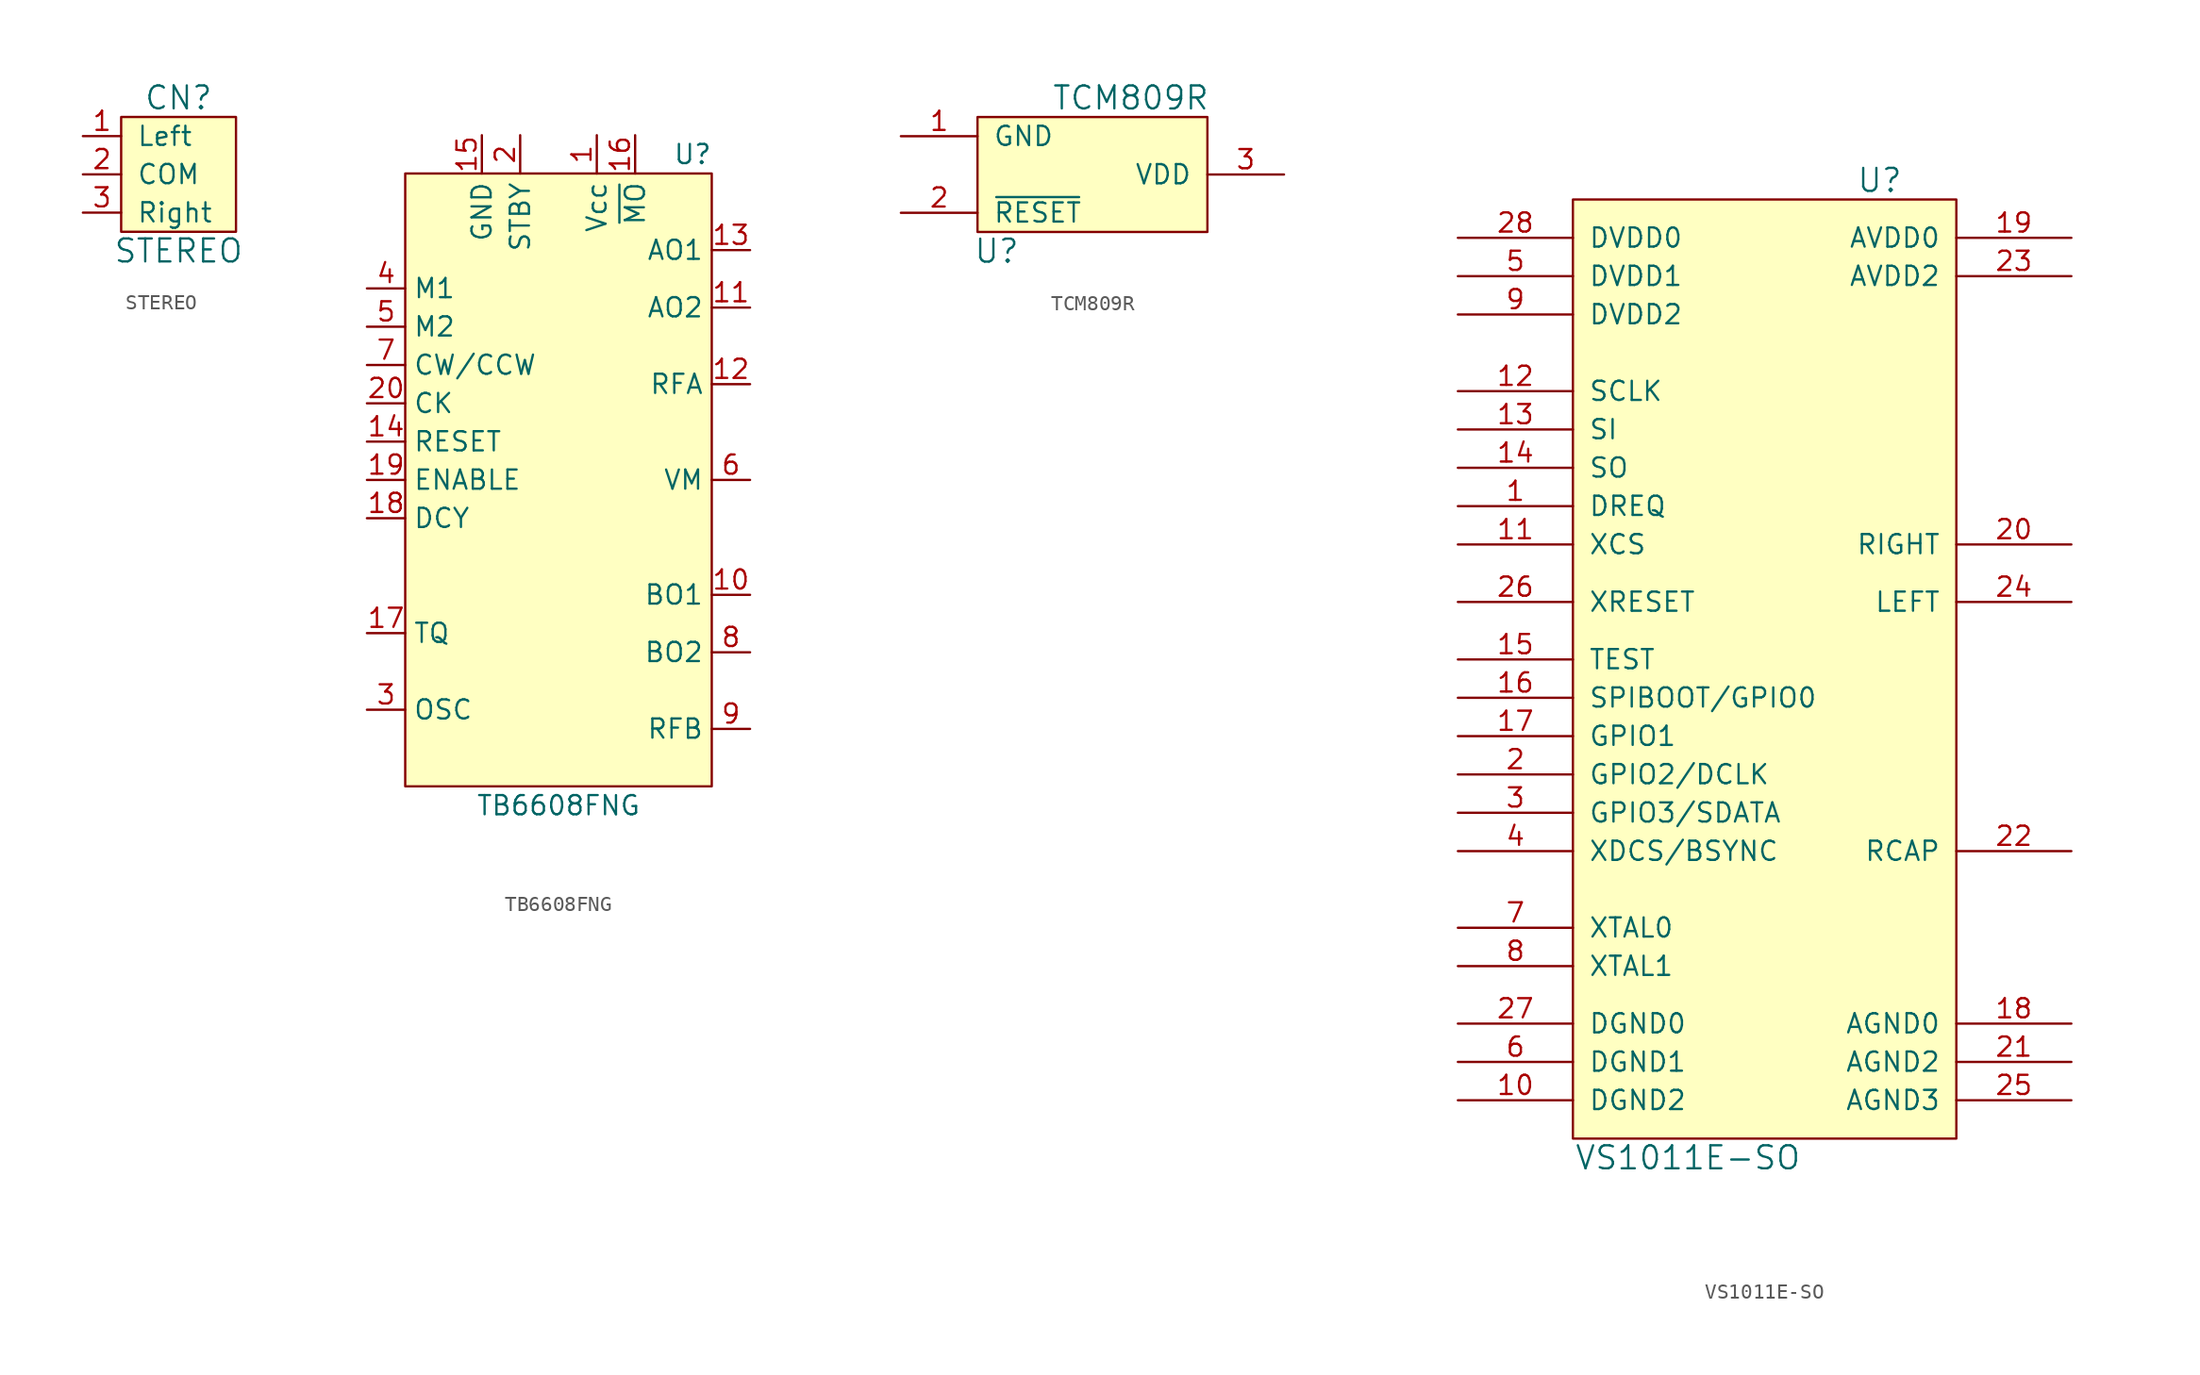
<source format=kicad_sym>
(kicad_symbol_lib
  (version 20220914)
  (generator kicad_symbol_editor)
  (symbol "STEREO"
    (pin_names
      (offset 1.016))
    (property "Reference" "CN"
      (at 0 5.08 0)
      (effects (font (size 1.524 1.524))))
    (property "Value" "STEREO"
      (at 0 -5.08 0)
      (effects (font (size 1.524 1.524))))
    (property "Footprint" ""
      (at 0 -5.08 0)
      (effects (font (size 1.524 1.524))))
    (property "Datasheet" ""
      (at 0 -5.08 0)
      (effects (font (size 1.524 1.524))))
    (symbol "STEREO_0_1"
      (rectangle (start -3.81 3.81) (end 3.81 -3.81) (stroke (width 0) (type default)) (fill (type background))))
    (symbol "STEREO_1_1"
      (pin passive line (at -6.35 2.54 0) (length 2.54) (name "Left" (effects (font (size 1.27 1.27)))) (number "1" (effects (font (size 1.27 1.27)))))
      (pin passive line (at -6.35 0 0) (length 2.54) (name "COM" (effects (font (size 1.27 1.27)))) (number "2" (effects (font (size 1.27 1.27)))))
      (pin passive line (at -6.35 -2.54 0) (length 2.54) (name "Right" (effects (font (size 1.27 1.27)))) (number "3" (effects (font (size 1.27 1.27)))))))
  (symbol "TB6608FNG"
    (property "Reference" "U"
      (at 8.89 21.59 0)
      (effects (font (size 1.27 1.27))))
    (property "Value" "TB6608FNG"
      (at 0 -21.59 0)
      (effects (font (size 1.27 1.27))))
    (symbol "TB6608FNG_0_1"
      (rectangle (start -10.16 20.32) (end 10.16 -20.32) (stroke (width 0) (type default)) (fill (type background))))
    (symbol "TB6608FNG_1_1"
      (pin power_in line (at 2.54 22.86 270) (length 2.54) (name "Vcc" (effects (font (size 1.27 1.27)))) (number "1" (effects (font (size 1.27 1.27)))))
      (pin output line (at 12.7 -7.62 180) (length 2.54) (name "BO1" (effects (font (size 1.27 1.27)))) (number "10" (effects (font (size 1.27 1.27)))))
      (pin output line (at 12.7 11.43 180) (length 2.54) (name "AO2" (effects (font (size 1.27 1.27)))) (number "11" (effects (font (size 1.27 1.27)))))
      (pin input line (at 12.7 6.35 180) (length 2.54) (name "RFA" (effects (font (size 1.27 1.27)))) (number "12" (effects (font (size 1.27 1.27)))))
      (pin output line (at 12.7 15.24 180) (length 2.54) (name "AO1" (effects (font (size 1.27 1.27)))) (number "13" (effects (font (size 1.27 1.27)))))
      (pin input line (at -12.7 2.54 0) (length 2.54) (name "RESET" (effects (font (size 1.27 1.27)))) (number "14" (effects (font (size 1.27 1.27)))))
      (pin power_in line (at -5.08 22.86 270) (length 2.54) (name "GND" (effects (font (size 1.27 1.27)))) (number "15" (effects (font (size 1.27 1.27)))))
      (pin output line (at 5.08 22.86 270) (length 2.54) (name "~{MO}" (effects (font (size 1.27 1.27)))) (number "16" (effects (font (size 1.27 1.27)))))
      (pin input line (at -12.7 -10.16 0) (length 2.54) (name "TQ" (effects (font (size 1.27 1.27)))) (number "17" (effects (font (size 1.27 1.27)))))
      (pin input line (at -12.7 -2.54 0) (length 2.54) (name "DCY" (effects (font (size 1.27 1.27)))) (number "18" (effects (font (size 1.27 1.27)))))
      (pin input line (at -12.7 0 0) (length 2.54) (name "ENABLE" (effects (font (size 1.27 1.27)))) (number "19" (effects (font (size 1.27 1.27)))))
      (pin input line (at -2.54 22.86 270) (length 2.54) (name "STBY" (effects (font (size 1.27 1.27)))) (number "2" (effects (font (size 1.27 1.27)))))
      (pin input line (at -12.7 5.08 0) (length 2.54) (name "CK" (effects (font (size 1.27 1.27)))) (number "20" (effects (font (size 1.27 1.27)))))
      (pin input line (at -12.7 -15.24 0) (length 2.54) (name "OSC" (effects (font (size 1.27 1.27)))) (number "3" (effects (font (size 1.27 1.27)))))
      (pin input line (at -12.7 12.7 0) (length 2.54) (name "M1" (effects (font (size 1.27 1.27)))) (number "4" (effects (font (size 1.27 1.27)))))
      (pin input line (at -12.7 10.16 0) (length 2.54) (name "M2" (effects (font (size 1.27 1.27)))) (number "5" (effects (font (size 1.27 1.27)))))
      (pin power_in line (at 12.7 0 180) (length 2.54) (name "VM" (effects (font (size 1.27 1.27)))) (number "6" (effects (font (size 1.27 1.27)))))
      (pin input line (at -12.7 7.62 0) (length 2.54) (name "CW/CCW" (effects (font (size 1.27 1.27)))) (number "7" (effects (font (size 1.27 1.27)))))
      (pin output line (at 12.7 -11.43 180) (length 2.54) (name "BO2" (effects (font (size 1.27 1.27)))) (number "8" (effects (font (size 1.27 1.27)))))
      (pin input line (at 12.7 -16.51 180) (length 2.54) (name "RFB" (effects (font (size 1.27 1.27)))) (number "9" (effects (font (size 1.27 1.27)))))))
  (symbol "TCM809R"
    (pin_names
      (offset 1.016))
    (property "Reference" "U"
      (at -6.35 -5.08 0)
      (effects (font (size 1.524 1.524))))
    (property "Value" "TCM809R"
      (at 2.54 5.08 0)
      (effects (font (size 1.524 1.524))))
    (property "Footprint" ""
      (at 0 -5.08 0)
      (effects (font (size 1.524 1.524))))
    (property "Datasheet" ""
      (at 0 -5.08 0)
      (effects (font (size 1.524 1.524))))
    (symbol "TCM809R_0_1"
      (rectangle (start -7.62 3.81) (end 7.62 -3.81) (stroke (width 0) (type default)) (fill (type background))))
    (symbol "TCM809R_1_1"
      (pin power_in line (at -12.7 2.54 0) (length 5.08) (name "GND" (effects (font (size 1.27 1.27)))) (number "1" (effects (font (size 1.27 1.27)))))
      (pin open_collector line (at -12.7 -2.54 0) (length 5.08) (name "~{RESET}" (effects (font (size 1.27 1.27)))) (number "2" (effects (font (size 1.27 1.27)))))
      (pin power_in line (at 12.7 0 180) (length 5.08) (name "VDD" (effects (font (size 1.27 1.27)))) (number "3" (effects (font (size 1.27 1.27)))))))
  (symbol "VS1011E-SO"
    (pin_names
      (offset 1.016))
    (property "Reference" "U"
      (at 7.62 31.75 0)
      (effects (font (size 1.524 1.524))))
    (property "Value" "VS1011E-SO"
      (at -5.08 -33.02 0)
      (effects (font (size 1.524 1.524))))
    (property "Footprint" ""
      (at 0 0 0)
      (effects (font (size 1.524 1.524))))
    (property "Datasheet" ""
      (at 0 0 0)
      (effects (font (size 1.524 1.524))))
    (symbol "VS1011E-SO_0_1"
      (rectangle (start -12.7 30.48) (end 12.7 -31.75) (stroke (width 0) (type default)) (fill (type background))))
    (symbol "VS1011E-SO_1_1"
      (pin output line (at -20.32 10.16 0) (length 7.62) (name "DREQ" (effects (font (size 1.27 1.27)))) (number "1" (effects (font (size 1.27 1.27)))))
      (pin power_in line (at -20.32 -29.21 0) (length 7.62) (name "DGND2" (effects (font (size 1.27 1.27)))) (number "10" (effects (font (size 1.27 1.27)))))
      (pin input line (at -20.32 7.62 0) (length 7.62) (name "XCS" (effects (font (size 1.27 1.27)))) (number "11" (effects (font (size 1.27 1.27)))))
      (pin input line (at -20.32 17.78 0) (length 7.62) (name "SCLK" (effects (font (size 1.27 1.27)))) (number "12" (effects (font (size 1.27 1.27)))))
      (pin input line (at -20.32 15.24 0) (length 7.62) (name "SI" (effects (font (size 1.27 1.27)))) (number "13" (effects (font (size 1.27 1.27)))))
      (pin output line (at -20.32 12.7 0) (length 7.62) (name "SO" (effects (font (size 1.27 1.27)))) (number "14" (effects (font (size 1.27 1.27)))))
      (pin input line (at -20.32 0 0) (length 7.62) (name "TEST" (effects (font (size 1.27 1.27)))) (number "15" (effects (font (size 1.27 1.27)))))
      (pin bidirectional line (at -20.32 -2.54 0) (length 7.62) (name "SPIBOOT/GPIO0" (effects (font (size 1.27 1.27)))) (number "16" (effects (font (size 1.27 1.27)))))
      (pin bidirectional line (at -20.32 -5.08 0) (length 7.62) (name "GPIO1" (effects (font (size 1.27 1.27)))) (number "17" (effects (font (size 1.27 1.27)))))
      (pin power_in line (at 20.32 -24.13 180) (length 7.62) (name "AGND0" (effects (font (size 1.27 1.27)))) (number "18" (effects (font (size 1.27 1.27)))))
      (pin power_in line (at 20.32 27.94 180) (length 7.62) (name "AVDD0" (effects (font (size 1.27 1.27)))) (number "19" (effects (font (size 1.27 1.27)))))
      (pin bidirectional line (at -20.32 -7.62 0) (length 7.62) (name "GPIO2/DCLK" (effects (font (size 1.27 1.27)))) (number "2" (effects (font (size 1.27 1.27)))))
      (pin output line (at 20.32 7.62 180) (length 7.62) (name "RIGHT" (effects (font (size 1.27 1.27)))) (number "20" (effects (font (size 1.27 1.27)))))
      (pin power_in line (at 20.32 -26.67 180) (length 7.62) (name "AGND2" (effects (font (size 1.27 1.27)))) (number "21" (effects (font (size 1.27 1.27)))))
      (pin passive line (at 20.32 -12.7 180) (length 7.62) (name "RCAP" (effects (font (size 1.27 1.27)))) (number "22" (effects (font (size 1.27 1.27)))))
      (pin power_in line (at 20.32 25.4 180) (length 7.62) (name "AVDD2" (effects (font (size 1.27 1.27)))) (number "23" (effects (font (size 1.27 1.27)))))
      (pin output line (at 20.32 3.81 180) (length 7.62) (name "LEFT" (effects (font (size 1.27 1.27)))) (number "24" (effects (font (size 1.27 1.27)))))
      (pin power_in line (at 20.32 -29.21 180) (length 7.62) (name "AGND3" (effects (font (size 1.27 1.27)))) (number "25" (effects (font (size 1.27 1.27)))))
      (pin input line (at -20.32 3.81 0) (length 7.62) (name "XRESET" (effects (font (size 1.27 1.27)))) (number "26" (effects (font (size 1.27 1.27)))))
      (pin power_in line (at -20.32 -24.13 0) (length 7.62) (name "DGND0" (effects (font (size 1.27 1.27)))) (number "27" (effects (font (size 1.27 1.27)))))
      (pin power_in line (at -20.32 27.94 0) (length 7.62) (name "DVDD0" (effects (font (size 1.27 1.27)))) (number "28" (effects (font (size 1.27 1.27)))))
      (pin bidirectional line (at -20.32 -10.16 0) (length 7.62) (name "GPIO3/SDATA" (effects (font (size 1.27 1.27)))) (number "3" (effects (font (size 1.27 1.27)))))
      (pin bidirectional line (at -20.32 -12.7 0) (length 7.62) (name "XDCS/BSYNC" (effects (font (size 1.27 1.27)))) (number "4" (effects (font (size 1.27 1.27)))))
      (pin power_in line (at -20.32 25.4 0) (length 7.62) (name "DVDD1" (effects (font (size 1.27 1.27)))) (number "5" (effects (font (size 1.27 1.27)))))
      (pin power_in line (at -20.32 -26.67 0) (length 7.62) (name "DGND1" (effects (font (size 1.27 1.27)))) (number "6" (effects (font (size 1.27 1.27)))))
      (pin input line (at -20.32 -17.78 0) (length 7.62) (name "XTAL0" (effects (font (size 1.27 1.27)))) (number "7" (effects (font (size 1.27 1.27)))))
      (pin input line (at -20.32 -20.32 0) (length 7.62) (name "XTAL1" (effects (font (size 1.27 1.27)))) (number "8" (effects (font (size 1.27 1.27)))))
      (pin power_in line (at -20.32 22.86 0) (length 7.62) (name "DVDD2" (effects (font (size 1.27 1.27)))) (number "9" (effects (font (size 1.27 1.27))))))))
</source>
